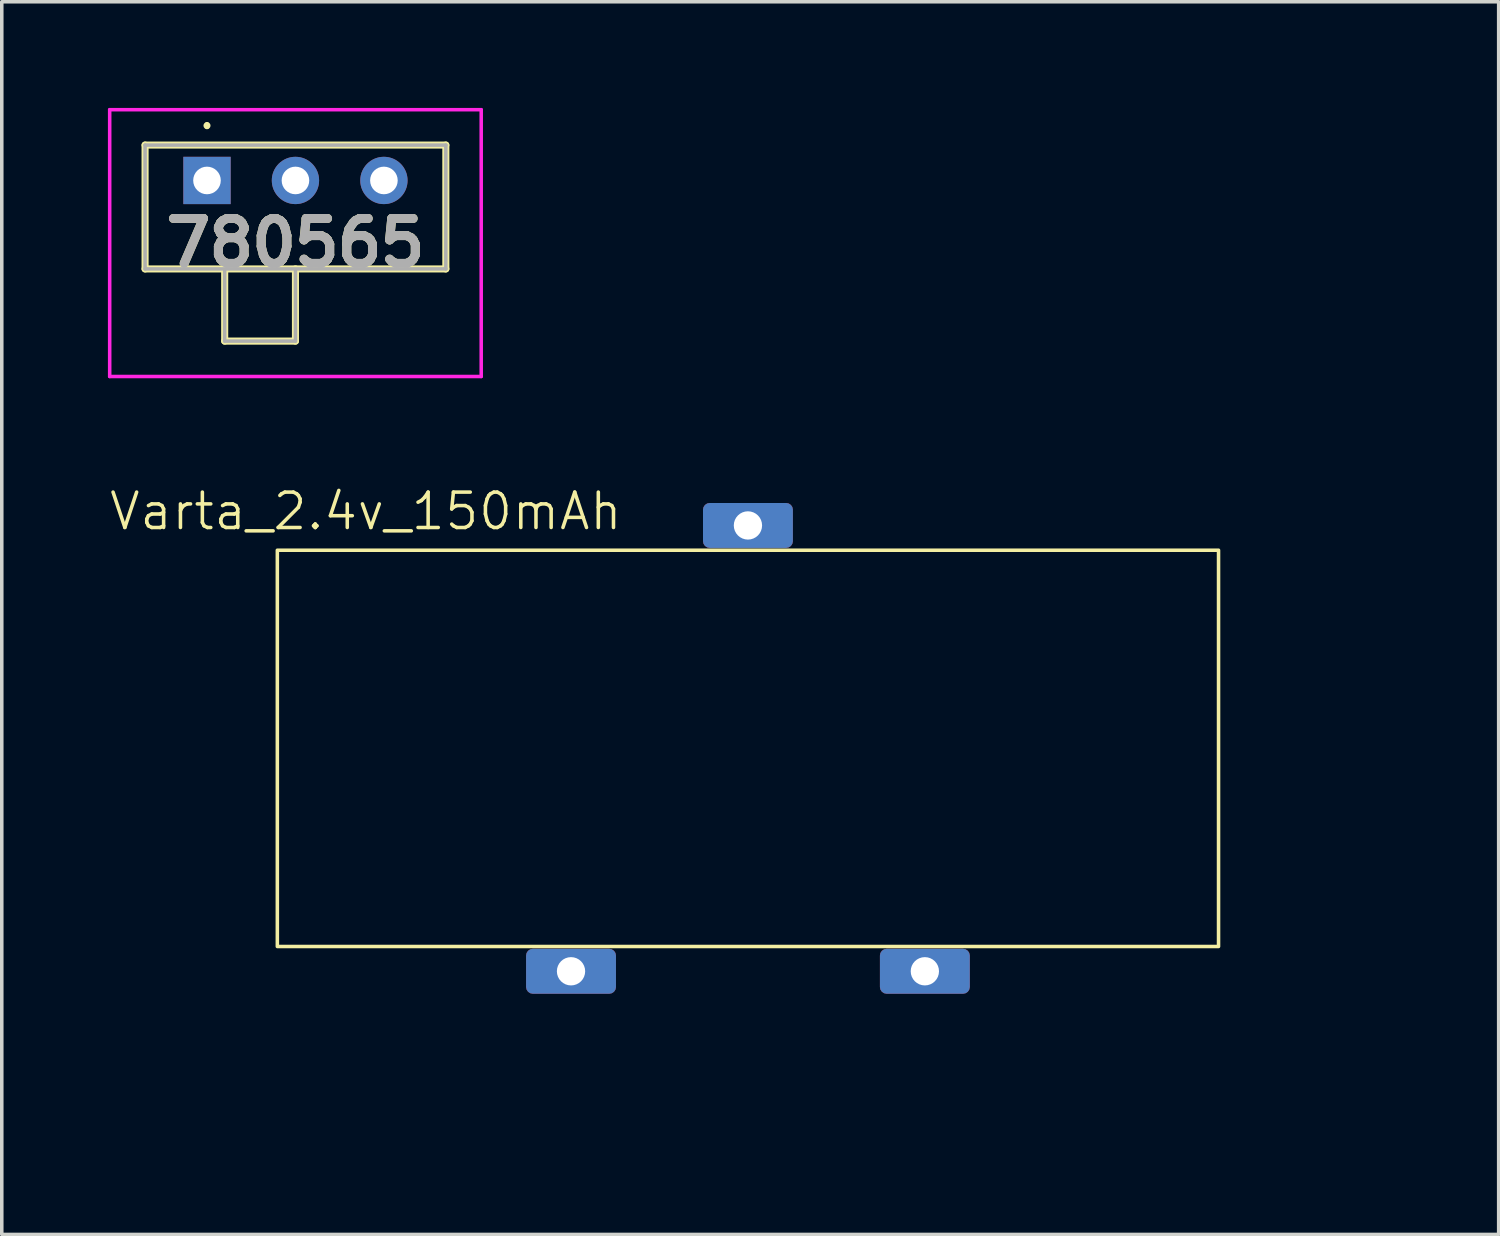
<source format=kicad_pcb>
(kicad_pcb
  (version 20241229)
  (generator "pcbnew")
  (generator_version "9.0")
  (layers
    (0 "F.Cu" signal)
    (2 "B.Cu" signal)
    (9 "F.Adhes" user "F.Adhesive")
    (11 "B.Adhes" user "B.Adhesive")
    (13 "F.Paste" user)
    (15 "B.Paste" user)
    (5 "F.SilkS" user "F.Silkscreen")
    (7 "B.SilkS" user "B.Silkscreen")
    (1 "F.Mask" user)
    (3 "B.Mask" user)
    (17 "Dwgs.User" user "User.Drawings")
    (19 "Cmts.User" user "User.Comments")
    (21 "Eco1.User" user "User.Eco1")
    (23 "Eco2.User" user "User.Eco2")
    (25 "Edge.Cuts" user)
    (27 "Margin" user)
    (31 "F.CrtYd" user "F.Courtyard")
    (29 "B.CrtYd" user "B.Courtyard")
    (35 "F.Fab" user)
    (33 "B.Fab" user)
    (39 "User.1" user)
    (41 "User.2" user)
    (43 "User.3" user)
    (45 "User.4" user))
  (footprint "Varta_2.4v_150mAh"
    (layer "F.Cu")
    (at 18.088 18.3)
    (property "Reference" "Varta_2.4v_150mAh" (at -10.8 -6.9 0) (unlocked yes) (layer "F.SilkS") (effects (font (size 1 1) (thickness 0.1))))
    (attr through_hole)
    (fp_rect (start -13.3 -5.8) (end 13.3 5.4) (stroke (width 0.1) (type solid)) (fill no) (layer "F.SilkS"))
    (dimension (type orthogonal) (layer "User.1") (pts (xy 23.088 24.5) (xy 18.088 24.3)) (height 1.5) (orientation 0) (format (prefix "") (suffix "") (units 3) (units_format 0) (precision 4) (suppress_zeroes yes)) (style (thickness 0.1) (arrow_length 1.27) (text_position_mode 0) (arrow_direction outward) (extension_height 0.586) (extension_offset 0.5) (keep_text_aligned yes)) (gr_text "5" (at 20.588 24.901 0) (layer "User.1") (effects (font (size 1 1) (thickness 0.1)))))
    (dimension (type orthogonal) (layer "User.1") (pts (xy 18.088 24.5) (xy 13.088 24.3)) (height 1.5) (orientation 0) (format (prefix "") (suffix "") (units 3) (units_format 0) (precision 4) (suppress_zeroes yes)) (style (thickness 0.1) (arrow_length 1.27) (text_position_mode 0) (arrow_direction outward) (extension_height 0.586) (extension_offset 0.5) (keep_text_aligned yes)) (gr_text "5" (at 15.588 24.901 0) (layer "User.1") (effects (font (size 1 1) (thickness 0.1)))))
    (dimension (type orthogonal) (layer "User.1") (pts (xy 18.088 24.901) (xy 31.388 23.3)) (height 3.3) (orientation 0) (format (prefix "") (suffix "") (units 3) (units_format 0) (precision 4) (suppress_zeroes yes)) (style (thickness 0.1) (arrow_length 1.27) (text_position_mode 0) (arrow_direction outward) (extension_height 0.586) (extension_offset 0.5) (keep_text_aligned yes)) (gr_text "13.3" (at 24.738 27.101 0) (layer "User.1") (effects (font (size 1 1) (thickness 0.1)))))
    (dimension (type orthogonal) (layer "User.1") (pts (xy 29.288 11.9) (xy 29.588 24.5)) (height 4.5) (orientation 1) (format (prefix "") (suffix "") (units 3) (units_format 0) (precision 4) (suppress_zeroes yes)) (style (thickness 0.1) (arrow_length 1.27) (text_position_mode 2) (arrow_direction outward) (extension_height 0.586) (extension_offset 0.5) (keep_text_aligned yes)) (gr_text "12.6" (at 34.588 17.901 90) (layer "User.1") (effects (font (size 1 1) (thickness 0.1)))))
    (dimension (type orthogonal) (layer "User.1") (pts (xy 4.788 23.101) (xy 18.088 24.401)) (height 5.1) (orientation 0) (format (prefix "") (suffix "") (units 3) (units_format 0) (precision 4) (suppress_zeroes yes)) (style (thickness 0.1) (arrow_length 1.27) (text_position_mode 0) (arrow_direction outward) (extension_height 0.586) (extension_offset 0.5) (keep_text_aligned yes)) (gr_text "13.3" (at 11.438 27.101 0) (layer "User.1") (effects (font (size 1 1) (thickness 0.1)))))
    (pad "1" thru_hole roundrect (at 0 -6.5) (size 2.54 1.27) (drill 0.8) (layers "*.Cu" "*.Mask") (roundrect_rratio 0.15))
    (pad "2" thru_hole roundrect (at -5 6.1) (size 2.54 1.27) (drill 0.8) (layers "*.Cu" "*.Mask") (roundrect_rratio 0.15))
    (pad "3" thru_hole roundrect (at 5 6.1) (size 2.54 1.27) (drill 0.8) (layers "*.Cu" "*.Mask") (roundrect_rratio 0.15)))
  (footprint "780565"
    (layer "F.Cu")
    (at 2.8 2.05)
    (property "Reference" "780565" (at 2.5 1.77 0) (layer "F.SilkS") (effects (font (size 1.27 1.27) (thickness 0.254))))
    (attr through_hole)
    (fp_line (start -1.75 -1) (end -1.75 2.5) (stroke (width 0.2) (type solid)) (layer "F.SilkS"))
    (fp_line (start -1.75 2.5) (end 6.75 2.5) (stroke (width 0.2) (type solid)) (layer "F.SilkS"))
    (fp_line (start 0 -1.6) (end 0 -1.6) (stroke (width 0.1) (type solid)) (layer "F.SilkS"))
    (fp_line (start 0 -1.5) (end 0 -1.5) (stroke (width 0.1) (type solid)) (layer "F.SilkS"))
    (fp_line (start 0.5 2.5) (end 0.5 4.54) (stroke (width 0.2) (type solid)) (layer "F.SilkS"))
    (fp_line (start 0.5 4.54) (end 2.5 4.54) (stroke (width 0.2) (type solid)) (layer "F.SilkS"))
    (fp_line (start 2.5 4.54) (end 2.5 2.5) (stroke (width 0.2) (type solid)) (layer "F.SilkS"))
    (fp_line (start 6.75 -1) (end -1.75 -1) (stroke (width 0.2) (type solid)) (layer "F.SilkS"))
    (fp_line (start 6.75 2.5) (end 6.75 -1) (stroke (width 0.2) (type solid)) (layer "F.SilkS"))
    (fp_arc (start 0 -1.6) (mid 0.05 -1.55) (end 0 -1.5) (stroke (width 0.1) (type solid)) (layer "F.SilkS"))
    (fp_arc (start 0 -1.5) (mid -0.05 -1.55) (end 0 -1.6) (stroke (width 0.1) (type solid)) (layer "F.SilkS"))
    (fp_line (start -2.75 -2) (end -2.75 5.54) (stroke (width 0.1) (type solid)) (layer "F.CrtYd"))
    (fp_line (start -2.75 5.54) (end 7.75 5.54) (stroke (width 0.1) (type solid)) (layer "F.CrtYd"))
    (fp_line (start 7.75 -2) (end -2.75 -2) (stroke (width 0.1) (type solid)) (layer "F.CrtYd"))
    (fp_line (start 7.75 5.54) (end 7.75 -2) (stroke (width 0.1) (type solid)) (layer "F.CrtYd"))
    (fp_line (start -1.75 -1) (end -1.75 2.5) (stroke (width 0.1) (type solid)) (layer "F.Fab"))
    (fp_line (start -1.75 2.5) (end 6.75 2.5) (stroke (width 0.1) (type solid)) (layer "F.Fab"))
    (fp_line (start 0.5 4.54) (end 0.5 2.54) (stroke (width 0.1) (type solid)) (layer "F.Fab"))
    (fp_line (start 2.5 2.54) (end 2.5 4.54) (stroke (width 0.1) (type solid)) (layer "F.Fab"))
    (fp_line (start 2.5 4.54) (end 0.5 4.54) (stroke (width 0.1) (type solid)) (layer "F.Fab"))
    (fp_line (start 6.75 -1) (end -1.75 -1) (stroke (width 0.1) (type solid)) (layer "F.Fab"))
    (fp_line (start 6.75 2.5) (end 6.75 -1) (stroke (width 0.1) (type solid)) (layer "F.Fab"))
    (fp_text user "${REFERENCE}" (at 2.5 1.77 0) (layer "F.Fab") (effects (font (size 1.27 1.27) (thickness 0.254))))
    (pad "1" thru_hole rect (at 0 0) (size 1.337 1.337) (drill 0.78) (layers "*.Cu" "*.Mask"))
    (pad "2" thru_hole circle (at 2.5 0) (size 1.337 1.337) (drill 0.78) (layers "*.Cu" "*.Mask"))
    (pad "3" thru_hole circle (at 5 0) (size 1.337 1.337) (drill 0.78) (layers "*.Cu" "*.Mask")))
  (gr_rect
    (start -3 -3)
    (end 39.305 31.837)
    (stroke (width 0.1) (type default))
    (fill no)
    (layer "Edge.Cuts")))
</source>
